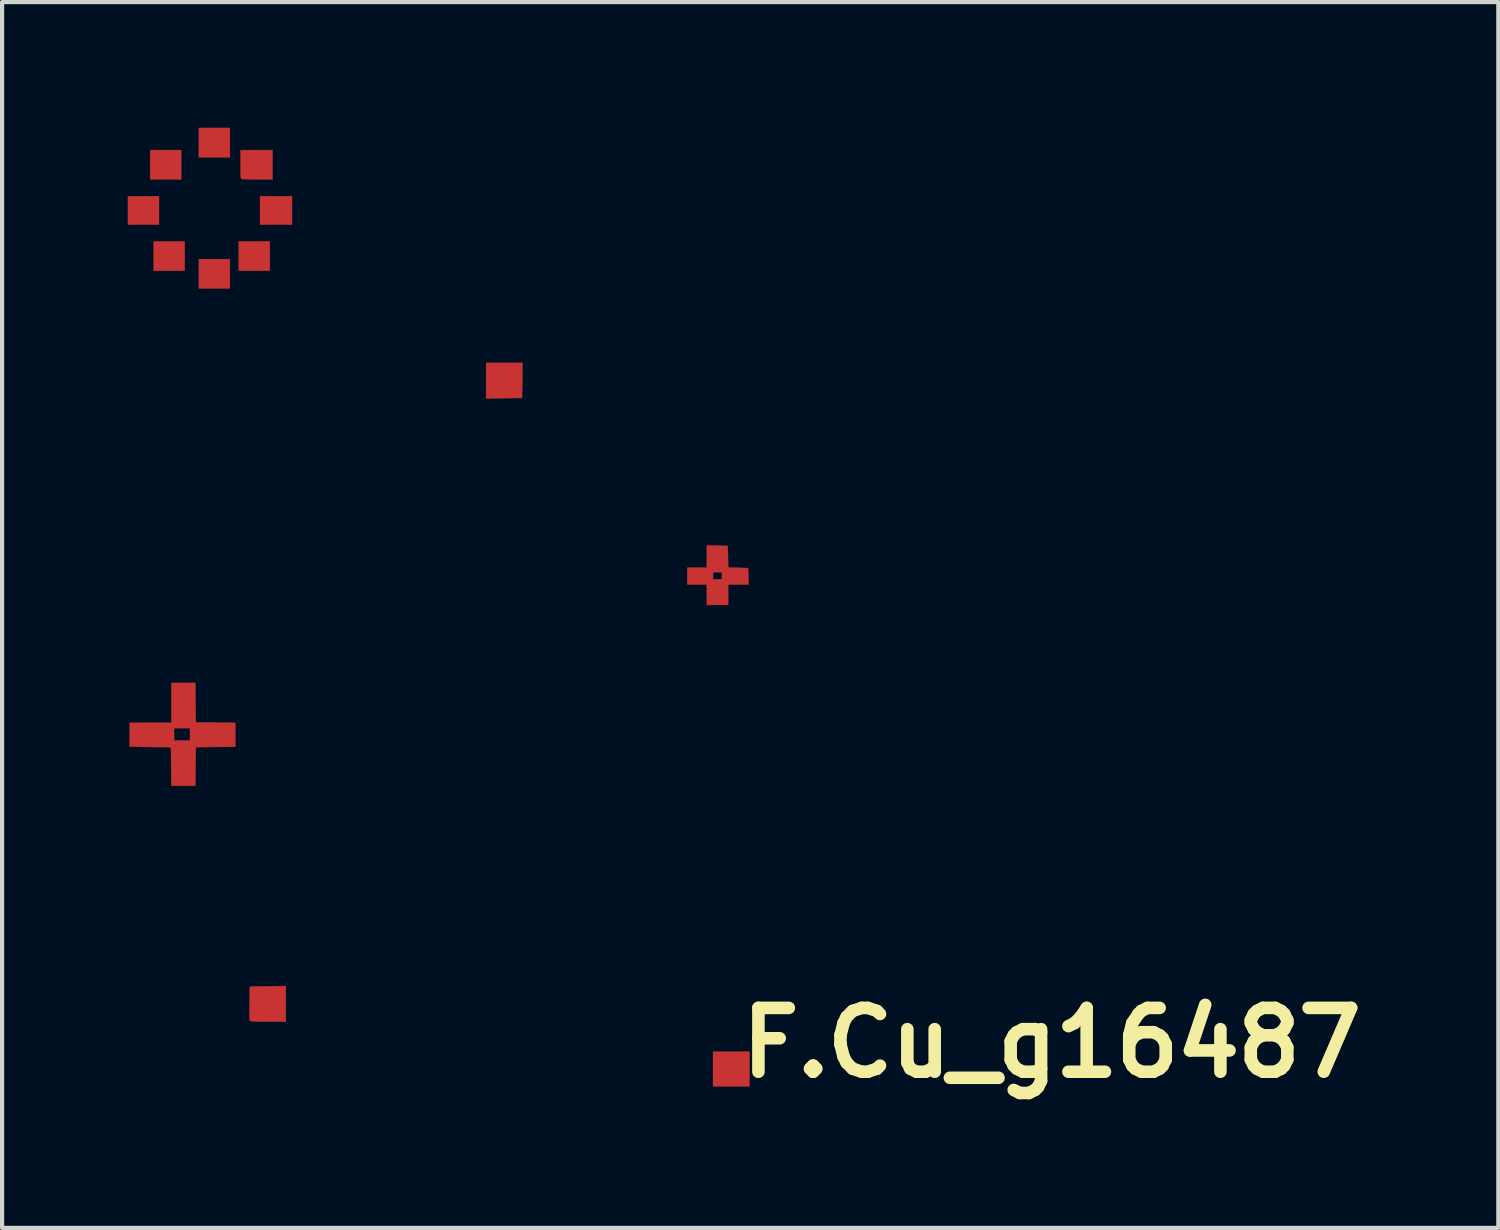
<source format=kicad_pcb>
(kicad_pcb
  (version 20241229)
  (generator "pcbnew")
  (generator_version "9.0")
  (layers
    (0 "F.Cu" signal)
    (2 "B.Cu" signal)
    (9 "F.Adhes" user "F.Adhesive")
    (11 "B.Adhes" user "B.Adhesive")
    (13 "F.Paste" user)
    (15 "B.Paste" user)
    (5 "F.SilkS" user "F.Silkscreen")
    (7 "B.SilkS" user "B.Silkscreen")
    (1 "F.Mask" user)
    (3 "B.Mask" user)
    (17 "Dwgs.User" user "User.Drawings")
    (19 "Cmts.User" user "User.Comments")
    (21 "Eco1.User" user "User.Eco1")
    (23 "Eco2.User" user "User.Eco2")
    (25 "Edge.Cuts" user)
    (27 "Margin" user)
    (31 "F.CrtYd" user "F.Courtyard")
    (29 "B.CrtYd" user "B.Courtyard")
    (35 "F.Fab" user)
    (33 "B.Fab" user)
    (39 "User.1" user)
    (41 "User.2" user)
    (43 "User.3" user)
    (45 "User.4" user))
  (footprint "F.Cu_g16487"
    (layer "F.Cu")
    (at 22.061 21.849)
    (property "Reference" "F.Cu_g16487" (at 0 0 0) (layer "F.SilkS") (effects (font (size 1.524 1.524) (thickness 0.3))))
    (attr through_hole)
    (fp_poly (pts (xy -21.315 -19.537) (xy -22.056 -19.537) (xy -22.056 -20.214) (xy -21.315 -20.214) (xy -21.315 -19.537)) (stroke (width 0.01) (type solid)) (fill yes) (layer "F.Cu"))
    (fp_poly (pts (xy -20.786 -20.616) (xy -21.526 -20.616) (xy -21.526 -21.315) (xy -20.786 -21.315) (xy -20.786 -20.616)) (stroke (width 0.01) (type solid)) (fill yes) (layer "F.Cu"))
    (fp_poly (pts (xy -20.701 -18.436) (xy -21.442 -18.436) (xy -21.442 -19.135) (xy -20.701 -19.135) (xy -20.701 -18.436)) (stroke (width 0.01) (type solid)) (fill yes) (layer "F.Cu"))
    (fp_poly (pts (xy -19.622 -21.145) (xy -20.362 -21.145) (xy -20.362 -21.844) (xy -19.622 -21.844) (xy -19.622 -21.145)) (stroke (width 0.01) (type solid)) (fill yes) (layer "F.Cu"))
    (fp_poly (pts (xy -19.622 -18.013) (xy -20.362 -18.013) (xy -20.362 -18.711) (xy -19.622 -18.711) (xy -19.622 -18.013)) (stroke (width 0.01) (type solid)) (fill yes) (layer "F.Cu"))
    (fp_poly (pts (xy -18.669 -18.436) (xy -19.41 -18.436) (xy -19.41 -19.135) (xy -18.669 -19.135) (xy -18.669 -18.436)) (stroke (width 0.01) (type solid)) (fill yes) (layer "F.Cu"))
    (fp_poly (pts (xy -18.14 -19.537) (xy -18.902 -19.537) (xy -18.902 -20.214) (xy -18.14 -20.214) (xy -18.14 -19.537)) (stroke (width 0.01) (type solid)) (fill yes) (layer "F.Cu"))
    (fp_poly (pts (xy -7.218 1.037) (xy -8.086 1.037) (xy -8.086 0.212) (xy -7.218 0.212) (xy -7.218 1.037)) (stroke (width 0.01) (type solid)) (fill yes) (layer "F.Cu"))
    (fp_poly (pts (xy -12.641 -15.817) (xy -12.647 -15.399) (xy -13.504 -15.387) (xy -13.504 -16.235) (xy -12.636 -16.235) (xy -12.641 -15.817)) (stroke (width 0.01) (type solid)) (fill yes) (layer "F.Cu"))
    (fp_poly (pts (xy -18.605 -20.616) (xy -18.972 -20.616) (xy -19.093 -20.617) (xy -19.199 -20.619) (xy -19.282 -20.623) (xy -19.336 -20.627) (xy -19.353 -20.63) (xy -19.358 -20.655) (xy -19.362 -20.715) (xy -19.365 -20.802) (xy -19.367 -20.909) (xy -19.367 -20.98) (xy -19.367 -21.315) (xy -18.605 -21.315) (xy -18.605 -20.616)) (stroke (width 0.01) (type solid)) (fill yes) (layer "F.Cu"))
    (fp_poly (pts (xy -18.288 -0.508) (xy -18.712 -0.508) (xy -18.865 -0.509) (xy -18.979 -0.511) (xy -19.061 -0.515) (xy -19.113 -0.52) (xy -19.14 -0.529) (xy -19.146 -0.535) (xy -19.149 -0.564) (xy -19.151 -0.628) (xy -19.152 -0.72) (xy -19.152 -0.833) (xy -19.151 -0.953) (xy -19.145 -1.344) (xy -18.288 -1.356) (xy -18.288 -0.508)) (stroke (width 0.01) (type solid)) (fill yes) (layer "F.Cu"))
    (fp_poly (pts (xy -7.985 -11.87) (xy -7.736 -11.864) (xy -7.73 -11.605) (xy -7.725 -11.347) (xy -7.25 -11.335) (xy -7.237 -10.943) (xy -7.726 -10.943) (xy -7.726 -10.456) (xy -8.234 -10.456) (xy -8.234 -10.943) (xy -8.7 -10.943) (xy -8.7 -11.239) (xy -8.086 -11.239) (xy -8.086 -11.07) (xy -7.874 -11.07) (xy -7.874 -11.239) (xy -8.086 -11.239) (xy -8.7 -11.239) (xy -8.7 -11.345) (xy -8.234 -11.345) (xy -8.234 -11.876) (xy -7.985 -11.87)) (stroke (width 0.01) (type solid)) (fill yes) (layer "F.Cu"))
    (fp_poly (pts (xy -20.436 -7.652) (xy -19.965 -7.646) (xy -19.494 -7.64) (xy -19.494 -7.07) (xy -19.965 -7.065) (xy -20.436 -7.059) (xy -20.442 -6.599) (xy -20.448 -6.138) (xy -21.018 -6.138) (xy -21.023 -6.599) (xy -21.029 -7.059) (xy -22.013 -7.07) (xy -22.013 -7.514) (xy -20.955 -7.514) (xy -20.955 -7.218) (xy -20.574 -7.218) (xy -20.574 -7.514) (xy -20.955 -7.514) (xy -22.013 -7.514) (xy -22.013 -7.641) (xy -21.018 -7.641) (xy -21.018 -8.594) (xy -20.448 -8.594) (xy -20.436 -7.652)) (stroke (width 0.01) (type solid)) (fill yes) (layer "F.Cu")))
  (gr_rect
    (start -3 -3)
    (end 32.724 26.267)
    (stroke (width 0.1) (type default))
    (fill no)
    (layer "Edge.Cuts")))
</source>
